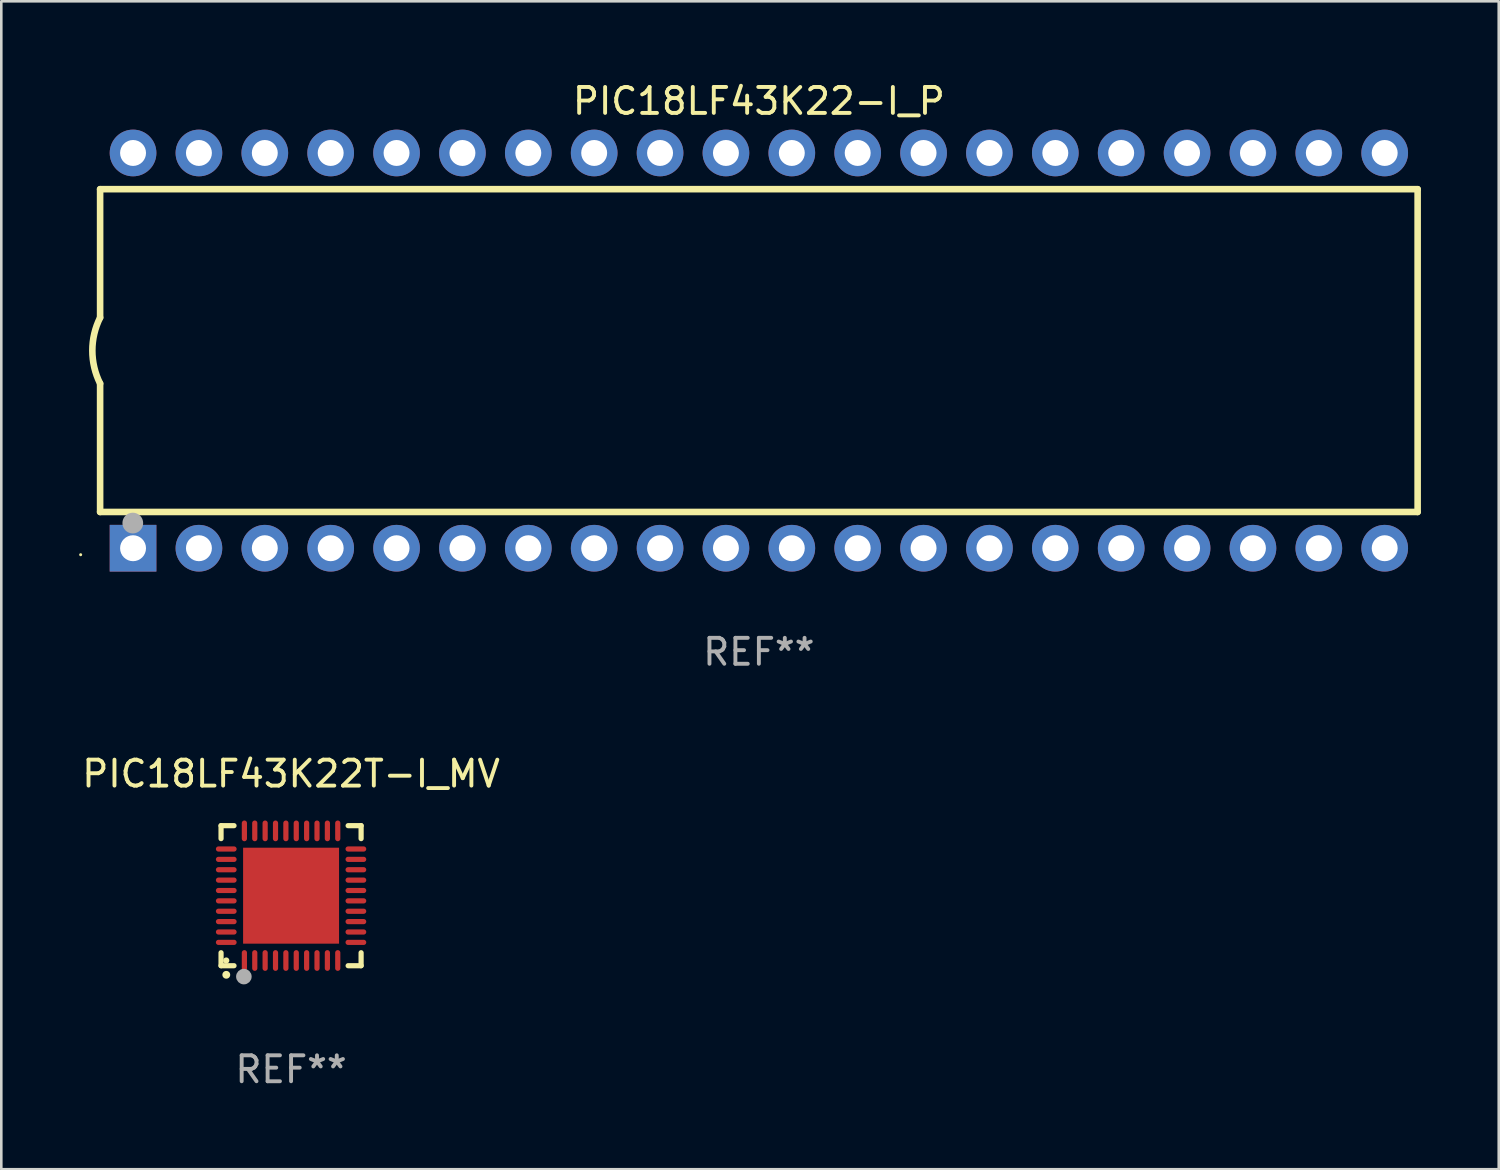
<source format=kicad_pcb>
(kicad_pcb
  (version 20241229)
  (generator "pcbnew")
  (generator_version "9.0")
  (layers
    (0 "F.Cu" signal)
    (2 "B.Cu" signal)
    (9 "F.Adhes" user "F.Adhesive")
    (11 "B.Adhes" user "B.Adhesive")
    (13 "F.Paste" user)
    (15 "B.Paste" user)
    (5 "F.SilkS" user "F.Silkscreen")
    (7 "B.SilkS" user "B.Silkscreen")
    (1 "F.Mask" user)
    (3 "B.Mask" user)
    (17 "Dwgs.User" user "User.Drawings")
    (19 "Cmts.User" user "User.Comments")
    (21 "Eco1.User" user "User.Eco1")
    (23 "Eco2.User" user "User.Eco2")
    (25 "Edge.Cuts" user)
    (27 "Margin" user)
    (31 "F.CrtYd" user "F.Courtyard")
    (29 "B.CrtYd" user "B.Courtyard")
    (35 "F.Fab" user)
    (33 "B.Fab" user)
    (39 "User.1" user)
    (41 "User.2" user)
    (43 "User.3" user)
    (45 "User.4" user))
  (footprint "PIC18LF43K22T-I_MV"
    (layer "F.Cu")
    (at 8.173 31.485)
    (property "Reference" "PIC18LF43K22T-I_MV" (at 0 -4.7 0) (layer "F.SilkS") (effects (font (size 1 1) (thickness 0.15))))
    (attr through_hole)
    (fp_line (start -2.7 -2.7) (end -2.7 -2.2) (stroke (width 0.2) (type solid)) (layer "F.SilkS"))
    (fp_line (start -2.7 2.7) (end -2.7 2.2) (stroke (width 0.2) (type solid)) (layer "F.SilkS"))
    (fp_line (start -2.2 -2.7) (end -2.7 -2.7) (stroke (width 0.2) (type solid)) (layer "F.SilkS"))
    (fp_line (start -2.2 2.7) (end -2.7 2.7) (stroke (width 0.2) (type solid)) (layer "F.SilkS"))
    (fp_line (start 2.7 -2.7) (end 2.2 -2.7) (stroke (width 0.2) (type solid)) (layer "F.SilkS"))
    (fp_line (start 2.7 -2.2) (end 2.7 -2.7) (stroke (width 0.2) (type solid)) (layer "F.SilkS"))
    (fp_line (start 2.7 2.2) (end 2.7 2.7) (stroke (width 0.2) (type solid)) (layer "F.SilkS"))
    (fp_line (start 2.7 2.7) (end 2.2 2.7) (stroke (width 0.2) (type solid)) (layer "F.SilkS"))
    (fp_arc (start -2.499365 3.050546) (mid -2.498095 3.050541) (end -2.496825 3.050546) (stroke (width 0.3) (type solid)) (layer "F.SilkS"))
    (fp_circle (center -2.5 2.5) (end -2.44 2.5) (stroke (width 0.12) (type solid)) (fill no) (layer "F.SilkS"))
    (fp_circle (center -1.82 3.12) (end -1.67 3.12) (stroke (width 0.3) (type solid)) (fill no) (layer "F.Fab"))
    (fp_text user "REF**" (at 0 6.7 0) (layer "F.Fab") (effects (font (size 1 1) (thickness 0.15))))
    (pad "1" smd oval (at -1.8 2.499) (size 0.2 0.8) (layers "F.Cu" "F.Mask" "F.Paste"))
    (pad "2" smd oval (at -1.4 2.499) (size 0.2 0.8) (layers "F.Cu" "F.Mask" "F.Paste"))
    (pad "3" smd oval (at -1 2.499) (size 0.2 0.8) (layers "F.Cu" "F.Mask" "F.Paste"))
    (pad "4" smd oval (at -0.6 2.499) (size 0.2 0.8) (layers "F.Cu" "F.Mask" "F.Paste"))
    (pad "5" smd oval (at -0.2 2.499) (size 0.2 0.8) (layers "F.Cu" "F.Mask" "F.Paste"))
    (pad "6" smd oval (at 0.2 2.499) (size 0.2 0.8) (layers "F.Cu" "F.Mask" "F.Paste"))
    (pad "7" smd oval (at 0.6 2.499) (size 0.2 0.8) (layers "F.Cu" "F.Mask" "F.Paste"))
    (pad "8" smd oval (at 1 2.499) (size 0.2 0.8) (layers "F.Cu" "F.Mask" "F.Paste"))
    (pad "9" smd oval (at 1.4 2.499) (size 0.2 0.8) (layers "F.Cu" "F.Mask" "F.Paste"))
    (pad "10" smd oval (at 1.8 2.499) (size 0.2 0.8) (layers "F.Cu" "F.Mask" "F.Paste"))
    (pad "11" smd oval (at 2.499 1.8) (size 0.8 0.2) (layers "F.Cu" "F.Mask" "F.Paste"))
    (pad "12" smd oval (at 2.499 1.4) (size 0.8 0.2) (layers "F.Cu" "F.Mask" "F.Paste"))
    (pad "13" smd oval (at 2.499 1) (size 0.8 0.2) (layers "F.Cu" "F.Mask" "F.Paste"))
    (pad "14" smd oval (at 2.499 0.6) (size 0.8 0.2) (layers "F.Cu" "F.Mask" "F.Paste"))
    (pad "15" smd oval (at 2.499 0.2) (size 0.8 0.2) (layers "F.Cu" "F.Mask" "F.Paste"))
    (pad "16" smd oval (at 2.499 -0.2) (size 0.8 0.2) (layers "F.Cu" "F.Mask" "F.Paste"))
    (pad "17" smd oval (at 2.499 -0.6) (size 0.8 0.2) (layers "F.Cu" "F.Mask" "F.Paste"))
    (pad "18" smd oval (at 2.499 -1) (size 0.8 0.2) (layers "F.Cu" "F.Mask" "F.Paste"))
    (pad "19" smd oval (at 2.499 -1.4) (size 0.8 0.2) (layers "F.Cu" "F.Mask" "F.Paste"))
    (pad "20" smd oval (at 2.499 -1.8) (size 0.8 0.2) (layers "F.Cu" "F.Mask" "F.Paste"))
    (pad "21" smd oval (at 1.8 -2.499) (size 0.2 0.8) (layers "F.Cu" "F.Mask" "F.Paste"))
    (pad "22" smd oval (at 1.4 -2.499) (size 0.2 0.8) (layers "F.Cu" "F.Mask" "F.Paste"))
    (pad "23" smd oval (at 1 -2.499) (size 0.2 0.8) (layers "F.Cu" "F.Mask" "F.Paste"))
    (pad "24" smd oval (at 0.6 -2.499) (size 0.2 0.8) (layers "F.Cu" "F.Mask" "F.Paste"))
    (pad "25" smd oval (at 0.2 -2.499) (size 0.2 0.8) (layers "F.Cu" "F.Mask" "F.Paste"))
    (pad "26" smd oval (at -0.2 -2.499) (size 0.2 0.8) (layers "F.Cu" "F.Mask" "F.Paste"))
    (pad "27" smd oval (at -0.6 -2.499) (size 0.2 0.8) (layers "F.Cu" "F.Mask" "F.Paste"))
    (pad "28" smd oval (at -1 -2.499) (size 0.2 0.8) (layers "F.Cu" "F.Mask" "F.Paste"))
    (pad "29" smd oval (at -1.4 -2.499) (size 0.2 0.8) (layers "F.Cu" "F.Mask" "F.Paste"))
    (pad "30" smd oval (at -1.8 -2.499) (size 0.2 0.8) (layers "F.Cu" "F.Mask" "F.Paste"))
    (pad "31" smd oval (at -2.499 -1.8) (size 0.8 0.2) (layers "F.Cu" "F.Mask" "F.Paste"))
    (pad "32" smd oval (at -2.499 -1.4) (size 0.8 0.2) (layers "F.Cu" "F.Mask" "F.Paste"))
    (pad "33" smd oval (at -2.499 -1) (size 0.8 0.2) (layers "F.Cu" "F.Mask" "F.Paste"))
    (pad "34" smd oval (at -2.499 -0.6) (size 0.8 0.2) (layers "F.Cu" "F.Mask" "F.Paste"))
    (pad "35" smd oval (at -2.499 -0.2) (size 0.8 0.2) (layers "F.Cu" "F.Mask" "F.Paste"))
    (pad "36" smd oval (at -2.499 0.2) (size 0.8 0.2) (layers "F.Cu" "F.Mask" "F.Paste"))
    (pad "37" smd oval (at -2.499 0.6) (size 0.8 0.2) (layers "F.Cu" "F.Mask" "F.Paste"))
    (pad "38" smd oval (at -2.499 1) (size 0.8 0.2) (layers "F.Cu" "F.Mask" "F.Paste"))
    (pad "39" smd oval (at -2.499 1.4) (size 0.8 0.2) (layers "F.Cu" "F.Mask" "F.Paste"))
    (pad "40" smd oval (at -2.499 1.8) (size 0.8 0.2) (layers "F.Cu" "F.Mask" "F.Paste"))
    (pad "41" smd rect (at 0 0) (size 3.7 3.7) (layers "F.Cu" "F.Mask" "F.Paste")))
  (footprint "PIC18LF43K22-I_P"
    (layer "F.Cu")
    (at 26.21 10.468)
    (property "Reference" "PIC18LF43K22-I_P" (at 0 -9.62 0) (layer "F.SilkS") (effects (font (size 1 1) (thickness 0.15))))
    (attr through_hole)
    (fp_line (start -25.4 -6.224) (end -25.4 -1.271) (stroke (width 0.254) (type solid)) (layer "F.SilkS"))
    (fp_line (start -25.4 -6.224) (end 25.4 -6.224) (stroke (width 0.254) (type solid)) (layer "F.SilkS"))
    (fp_line (start -25.4 1.269) (end -25.4 6.222) (stroke (width 0.254) (type solid)) (layer "F.SilkS"))
    (fp_line (start -25.4 6.222) (end 25.4 6.222) (stroke (width 0.254) (type solid)) (layer "F.SilkS"))
    (fp_line (start 25.4 6.222) (end 25.4 -6.224) (stroke (width 0.254) (type solid)) (layer "F.SilkS"))
    (fp_arc (start -25.4 1.269241) (mid -25.699807 -0.000762) (end -25.4 -1.270765) (stroke (width 0.254001) (type solid)) (layer "F.SilkS"))
    (fp_circle (center -26.15 7.87) (end -26.12 7.87) (stroke (width 0.06) (type solid)) (fill no) (layer "F.SilkS"))
    (fp_circle (center -24.14 6.65) (end -23.94 6.65) (stroke (width 0.4) (type solid)) (fill no) (layer "F.Fab"))
    (fp_text user "REF**" (at 0 11.62 0) (layer "F.Fab") (effects (font (size 1 1) (thickness 0.15))))
    (pad "1" thru_hole rect (at -24.13 7.62 90) (size 1.8 1.8) (drill 1) (layers "*.Cu" "*.Mask"))
    (pad "2" thru_hole circle (at -21.59 7.62) (size 1.8 1.8) (drill 1) (layers "*.Cu" "*.Mask"))
    (pad "3" thru_hole circle (at -19.05 7.62) (size 1.8 1.8) (drill 1) (layers "*.Cu" "*.Mask"))
    (pad "4" thru_hole circle (at -16.51 7.62) (size 1.8 1.8) (drill 1) (layers "*.Cu" "*.Mask"))
    (pad "5" thru_hole circle (at -13.97 7.62) (size 1.8 1.8) (drill 1) (layers "*.Cu" "*.Mask"))
    (pad "6" thru_hole circle (at -11.43 7.62) (size 1.8 1.8) (drill 1) (layers "*.Cu" "*.Mask"))
    (pad "7" thru_hole circle (at -8.89 7.62) (size 1.8 1.8) (drill 1) (layers "*.Cu" "*.Mask"))
    (pad "8" thru_hole circle (at -6.35 7.62) (size 1.8 1.8) (drill 1) (layers "*.Cu" "*.Mask"))
    (pad "9" thru_hole circle (at -3.81 7.62) (size 1.8 1.8) (drill 1) (layers "*.Cu" "*.Mask"))
    (pad "10" thru_hole circle (at -1.27 7.62) (size 1.8 1.8) (drill 1) (layers "*.Cu" "*.Mask"))
    (pad "11" thru_hole circle (at 1.27 7.62) (size 1.8 1.8) (drill 1) (layers "*.Cu" "*.Mask"))
    (pad "12" thru_hole circle (at 3.81 7.62) (size 1.8 1.8) (drill 1) (layers "*.Cu" "*.Mask"))
    (pad "13" thru_hole circle (at 6.35 7.62) (size 1.8 1.8) (drill 1) (layers "*.Cu" "*.Mask"))
    (pad "14" thru_hole circle (at 8.89 7.62) (size 1.8 1.8) (drill 1) (layers "*.Cu" "*.Mask"))
    (pad "15" thru_hole circle (at 11.43 7.62) (size 1.8 1.8) (drill 1) (layers "*.Cu" "*.Mask"))
    (pad "16" thru_hole circle (at 13.97 7.62) (size 1.8 1.8) (drill 1) (layers "*.Cu" "*.Mask"))
    (pad "17" thru_hole circle (at 16.51 7.62) (size 1.8 1.8) (drill 1) (layers "*.Cu" "*.Mask"))
    (pad "18" thru_hole circle (at 19.05 7.62) (size 1.8 1.8) (drill 1) (layers "*.Cu" "*.Mask"))
    (pad "19" thru_hole circle (at 21.59 7.62) (size 1.8 1.8) (drill 1) (layers "*.Cu" "*.Mask"))
    (pad "20" thru_hole circle (at 24.13 7.62) (size 1.8 1.8) (drill 1) (layers "*.Cu" "*.Mask"))
    (pad "21" thru_hole circle (at 24.13 -7.62) (size 1.8 1.8) (drill 1) (layers "*.Cu" "*.Mask"))
    (pad "22" thru_hole circle (at 21.59 -7.62) (size 1.8 1.8) (drill 1) (layers "*.Cu" "*.Mask"))
    (pad "23" thru_hole circle (at 19.05 -7.62) (size 1.8 1.8) (drill 1) (layers "*.Cu" "*.Mask"))
    (pad "24" thru_hole circle (at 16.51 -7.62) (size 1.8 1.8) (drill 1) (layers "*.Cu" "*.Mask"))
    (pad "25" thru_hole circle (at 13.97 -7.62) (size 1.8 1.8) (drill 1) (layers "*.Cu" "*.Mask"))
    (pad "26" thru_hole circle (at 11.43 -7.62) (size 1.8 1.8) (drill 1) (layers "*.Cu" "*.Mask"))
    (pad "27" thru_hole circle (at 8.89 -7.62) (size 1.8 1.8) (drill 1) (layers "*.Cu" "*.Mask"))
    (pad "28" thru_hole circle (at 6.35 -7.62) (size 1.8 1.8) (drill 1) (layers "*.Cu" "*.Mask"))
    (pad "29" thru_hole circle (at 3.81 -7.62) (size 1.8 1.8) (drill 1) (layers "*.Cu" "*.Mask"))
    (pad "30" thru_hole circle (at 1.27 -7.62) (size 1.8 1.8) (drill 1) (layers "*.Cu" "*.Mask"))
    (pad "31" thru_hole circle (at -1.27 -7.62) (size 1.8 1.8) (drill 1) (layers "*.Cu" "*.Mask"))
    (pad "32" thru_hole circle (at -3.81 -7.62) (size 1.8 1.8) (drill 1) (layers "*.Cu" "*.Mask"))
    (pad "33" thru_hole circle (at -6.35 -7.62) (size 1.8 1.8) (drill 1) (layers "*.Cu" "*.Mask"))
    (pad "34" thru_hole circle (at -8.89 -7.62) (size 1.8 1.8) (drill 1) (layers "*.Cu" "*.Mask"))
    (pad "35" thru_hole circle (at -11.43 -7.62) (size 1.8 1.8) (drill 1) (layers "*.Cu" "*.Mask"))
    (pad "36" thru_hole circle (at -13.97 -7.62) (size 1.8 1.8) (drill 1) (layers "*.Cu" "*.Mask"))
    (pad "37" thru_hole circle (at -16.51 -7.62) (size 1.8 1.8) (drill 1) (layers "*.Cu" "*.Mask"))
    (pad "38" thru_hole circle (at -19.05 -7.62) (size 1.8 1.8) (drill 1) (layers "*.Cu" "*.Mask"))
    (pad "39" thru_hole circle (at -21.59 -7.62) (size 1.8 1.8) (drill 1) (layers "*.Cu" "*.Mask"))
    (pad "40" thru_hole circle (at -24.13 -7.62) (size 1.8 1.8) (drill 1) (layers "*.Cu" "*.Mask")))
  (gr_rect
    (start -3 -3)
    (end 54.737 42.033)
    (stroke (width 0.1) (type default))
    (fill no)
    (layer "Edge.Cuts")))
</source>
